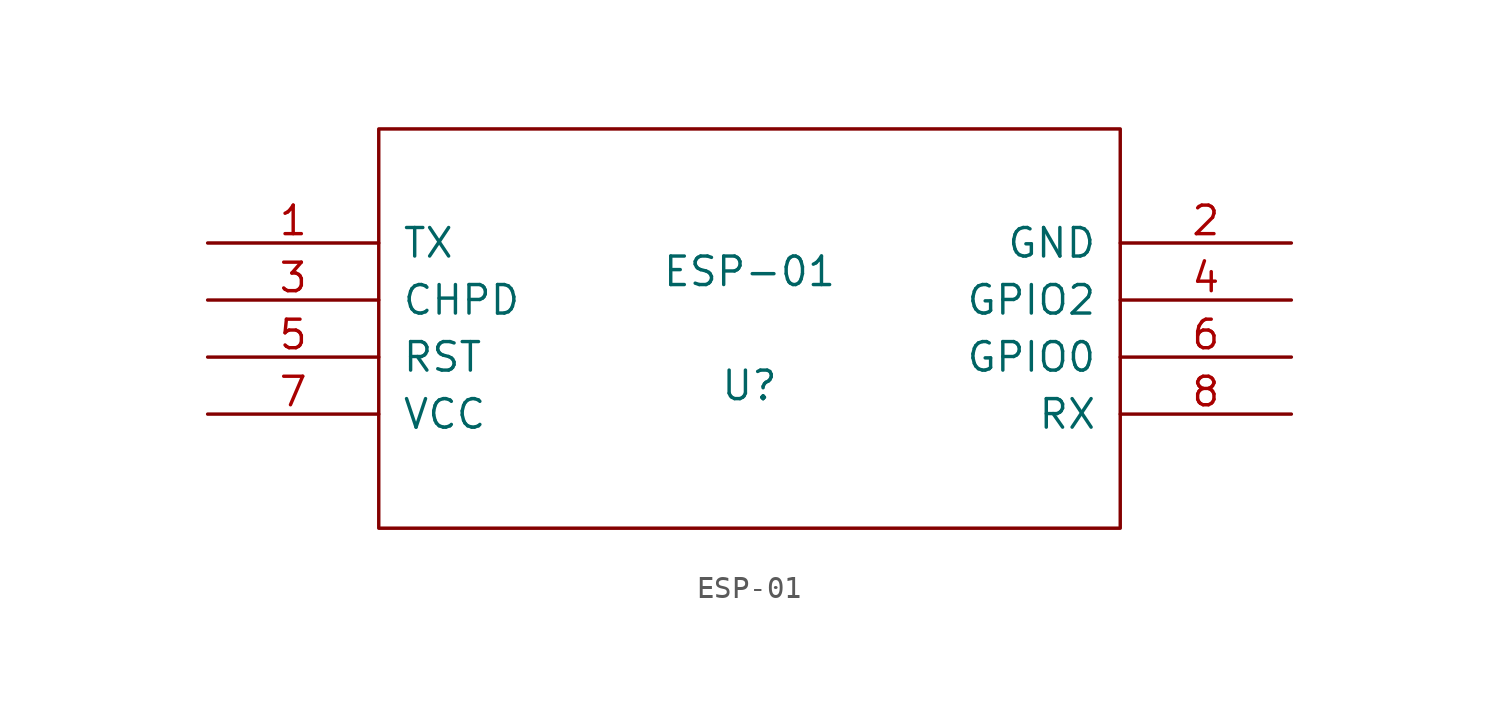
<source format=kicad_sym>
(kicad_symbol_lib
  (version 20211014)
  (generator kicad_symbol_editor)
  (symbol "ESP-01"
    (pin_names
      (offset 1.016))
    (property "Reference" "U"
      (at 0 -2.54 0)
      (effects (font (size 1.27 1.27))))
    (property "Value" "ESP-01"
      (at 0 2.54 0)
      (effects (font (size 1.27 1.27))))
    (symbol "ESP-01_1_0"
      (rectangle (start -16.51 -8.89) (end 16.51 8.89) (stroke (width 0) (type default) (color 0 0 0 0)) (fill (type none))))
    (symbol "ESP-01_1_1"
      (pin output line (at -24.13 3.81 0) (length 7.62) (name "TX" (effects (font (size 1.27 1.27)))) (number "1" (effects (font (size 1.27 1.27)))))
      (pin power_in line (at 24.13 3.81 180) (length 7.62) (name "GND" (effects (font (size 1.27 1.27)))) (number "2" (effects (font (size 1.27 1.27)))))
      (pin input line (at -24.13 1.27 0) (length 7.62) (name "CHPD" (effects (font (size 1.27 1.27)))) (number "3" (effects (font (size 1.27 1.27)))))
      (pin tri_state line (at 24.13 1.27 180) (length 7.62) (name "GPIO2" (effects (font (size 1.27 1.27)))) (number "4" (effects (font (size 1.27 1.27)))))
      (pin input line (at -24.13 -1.27 0) (length 7.62) (name "RST" (effects (font (size 1.27 1.27)))) (number "5" (effects (font (size 1.27 1.27)))))
      (pin tri_state line (at 24.13 -1.27 180) (length 7.62) (name "GPIO0" (effects (font (size 1.27 1.27)))) (number "6" (effects (font (size 1.27 1.27)))))
      (pin power_in line (at -24.13 -3.81 0) (length 7.62) (name "VCC" (effects (font (size 1.27 1.27)))) (number "7" (effects (font (size 1.27 1.27)))))
      (pin input line (at 24.13 -3.81 180) (length 7.62) (name "RX" (effects (font (size 1.27 1.27)))) (number "8" (effects (font (size 1.27 1.27))))))))
</source>
